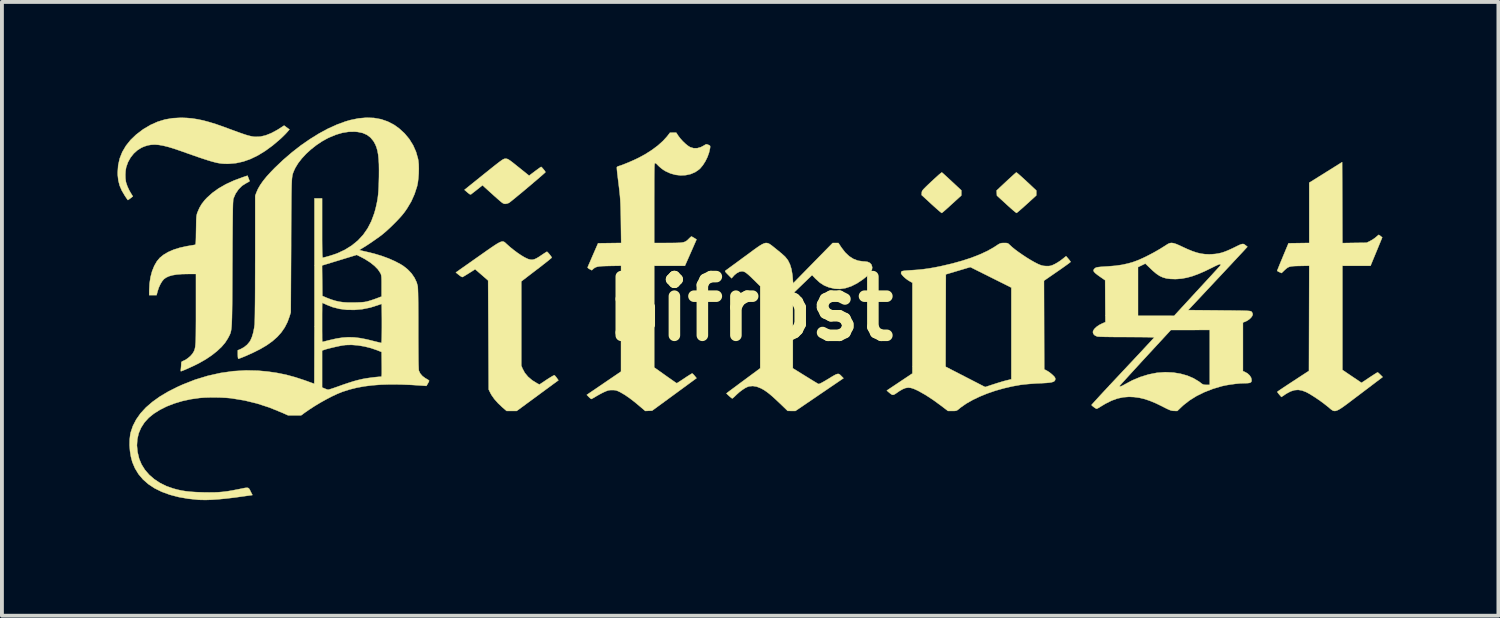
<source format=kicad_pcb>
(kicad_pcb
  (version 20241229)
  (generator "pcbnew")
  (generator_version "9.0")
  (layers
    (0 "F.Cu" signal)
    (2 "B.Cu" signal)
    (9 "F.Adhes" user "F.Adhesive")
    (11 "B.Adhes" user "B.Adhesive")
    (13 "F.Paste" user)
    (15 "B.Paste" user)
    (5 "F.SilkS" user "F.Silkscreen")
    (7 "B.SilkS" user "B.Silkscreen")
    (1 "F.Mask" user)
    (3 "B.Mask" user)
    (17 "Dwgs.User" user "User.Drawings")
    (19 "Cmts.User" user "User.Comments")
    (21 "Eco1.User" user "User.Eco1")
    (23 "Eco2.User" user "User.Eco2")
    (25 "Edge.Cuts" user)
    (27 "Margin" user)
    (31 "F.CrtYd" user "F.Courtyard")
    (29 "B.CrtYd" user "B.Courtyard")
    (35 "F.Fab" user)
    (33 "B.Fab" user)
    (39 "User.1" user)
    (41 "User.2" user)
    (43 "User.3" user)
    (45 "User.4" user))
  (footprint "bifrost"
    (layer "F.Cu")
    (at 16.416 4.965)
    (property "Reference" "bifrost" (at 0 0 0) (layer "F.SilkS") (effects (font (size 1.524 1.524) (thickness 0.3))))
    (attr through_hole)
    (fp_poly (pts (xy 6.929 -3.532) (xy 6.96 -3.507) (xy 7.005 -3.468) (xy 7.062 -3.417) (xy 7.128 -3.357) (xy 7.182 -3.307) (xy 7.436 -3.069) (xy 7.435 -2.942) (xy 7.187 -2.716) (xy 7.117 -2.653) (xy 7.053 -2.596) (xy 6.998 -2.548) (xy 6.956 -2.513) (xy 6.93 -2.492) (xy 6.923 -2.487) (xy 6.909 -2.495) (xy 6.877 -2.52) (xy 6.83 -2.559) (xy 6.772 -2.61) (xy 6.706 -2.669) (xy 6.66 -2.711) (xy 6.413 -2.937) (xy 6.405 -3.07) (xy 6.654 -3.303) (xy 6.724 -3.368) (xy 6.788 -3.426) (xy 6.841 -3.475) (xy 6.883 -3.512) (xy 6.909 -3.534) (xy 6.916 -3.539) (xy 6.929 -3.532)) (stroke (width 0.01) (type solid)) (fill yes) (layer "F.SilkS"))
    (fp_poly (pts (xy 4.996 -3.529) (xy 5.027 -3.502) (xy 5.072 -3.461) (xy 5.13 -3.408) (xy 5.195 -3.348) (xy 5.242 -3.304) (xy 5.489 -3.074) (xy 5.489 -2.941) (xy 5.242 -2.716) (xy 5.172 -2.652) (xy 5.109 -2.595) (xy 5.055 -2.547) (xy 5.014 -2.512) (xy 4.988 -2.491) (xy 4.982 -2.486) (xy 4.969 -2.494) (xy 4.937 -2.519) (xy 4.891 -2.558) (xy 4.834 -2.608) (xy 4.767 -2.668) (xy 4.713 -2.717) (xy 4.458 -2.952) (xy 4.462 -3.012) (xy 4.464 -3.031) (xy 4.469 -3.049) (xy 4.48 -3.069) (xy 4.498 -3.093) (xy 4.527 -3.124) (xy 4.568 -3.165) (xy 4.625 -3.22) (xy 4.699 -3.29) (xy 4.718 -3.307) (xy 4.788 -3.372) (xy 4.852 -3.43) (xy 4.906 -3.479) (xy 4.948 -3.514) (xy 4.974 -3.535) (xy 4.982 -3.539) (xy 4.996 -3.529)) (stroke (width 0.01) (type solid)) (fill yes) (layer "F.SilkS"))
    (fp_poly (pts (xy -6.321 -3.894) (xy -6.301 -3.89) (xy -6.279 -3.881) (xy -6.252 -3.865) (xy -6.215 -3.84) (xy -6.167 -3.804) (xy -6.104 -3.754) (xy -6.023 -3.689) (xy -6.005 -3.675) (xy -5.731 -3.455) (xy -5.58 -3.569) (xy -5.523 -3.611) (xy -5.475 -3.646) (xy -5.439 -3.671) (xy -5.42 -3.683) (xy -5.418 -3.683) (xy -5.404 -3.673) (xy -5.38 -3.647) (xy -5.352 -3.614) (xy -5.326 -3.581) (xy -5.31 -3.555) (xy -5.306 -3.547) (xy -5.317 -3.535) (xy -5.347 -3.508) (xy -5.393 -3.467) (xy -5.453 -3.415) (xy -5.524 -3.354) (xy -5.603 -3.287) (xy -5.687 -3.215) (xy -5.775 -3.141) (xy -5.863 -3.067) (xy -5.948 -2.996) (xy -6.029 -2.93) (xy -6.101 -2.87) (xy -6.163 -2.82) (xy -6.212 -2.781) (xy -6.244 -2.756) (xy -6.256 -2.748) (xy -6.302 -2.731) (xy -6.351 -2.723) (xy -6.353 -2.723) (xy -6.373 -2.725) (xy -6.392 -2.731) (xy -6.416 -2.743) (xy -6.447 -2.765) (xy -6.487 -2.799) (xy -6.542 -2.846) (xy -6.613 -2.91) (xy -6.629 -2.923) (xy -6.698 -2.986) (xy -6.763 -3.044) (xy -6.819 -3.095) (xy -6.864 -3.136) (xy -6.892 -3.161) (xy -6.895 -3.165) (xy -6.94 -3.206) (xy -7.079 -3.096) (xy -7.133 -3.053) (xy -7.181 -3.016) (xy -7.216 -2.989) (xy -7.234 -2.974) (xy -7.235 -2.974) (xy -7.249 -2.968) (xy -7.268 -2.972) (xy -7.295 -2.99) (xy -7.337 -3.024) (xy -7.35 -3.036) (xy -7.409 -3.087) (xy -6.907 -3.491) (xy -6.788 -3.586) (xy -6.69 -3.665) (xy -6.609 -3.729) (xy -6.544 -3.78) (xy -6.492 -3.819) (xy -6.452 -3.848) (xy -6.421 -3.869) (xy -6.397 -3.882) (xy -6.378 -3.89) (xy -6.362 -3.894) (xy -6.347 -3.895) (xy -6.341 -3.895) (xy -6.321 -3.894)) (stroke (width 0.01) (type solid)) (fill yes) (layer "F.SilkS"))
    (fp_poly (pts (xy -6.391 -1.741) (xy -6.37 -1.73) (xy -6.349 -1.713) (xy -6.326 -1.691) (xy -6.318 -1.684) (xy -6.228 -1.603) (xy -6.131 -1.525) (xy -6.033 -1.452) (xy -5.937 -1.387) (xy -5.85 -1.335) (xy -5.776 -1.299) (xy -5.751 -1.289) (xy -5.698 -1.275) (xy -5.648 -1.272) (xy -5.598 -1.283) (xy -5.541 -1.308) (xy -5.472 -1.349) (xy -5.423 -1.382) (xy -5.367 -1.42) (xy -5.319 -1.451) (xy -5.285 -1.472) (xy -5.268 -1.481) (xy -5.267 -1.481) (xy -5.253 -1.47) (xy -5.228 -1.444) (xy -5.198 -1.409) (xy -5.171 -1.373) (xy -5.15 -1.344) (xy -5.144 -1.329) (xy -5.154 -1.317) (xy -5.185 -1.291) (xy -5.233 -1.251) (xy -5.296 -1.201) (xy -5.372 -1.142) (xy -5.457 -1.075) (xy -5.539 -1.013) (xy -5.934 -0.71) (xy -5.934 1.475) (xy -5.901 1.556) (xy -5.843 1.664) (xy -5.759 1.765) (xy -5.652 1.856) (xy -5.529 1.933) (xy -5.463 1.967) (xy -5.277 1.843) (xy -5.213 1.802) (xy -5.156 1.767) (xy -5.111 1.741) (xy -5.083 1.727) (xy -5.075 1.726) (xy -5.058 1.74) (xy -5.032 1.77) (xy -5.015 1.794) (xy -4.97 1.856) (xy -6.054 2.653) (xy -6.184 2.653) (xy -6.315 2.653) (xy -6.425 2.558) (xy -6.539 2.45) (xy -6.634 2.343) (xy -6.707 2.239) (xy -6.735 2.188) (xy -6.78 2.096) (xy -6.787 0.681) (xy -6.795 -0.734) (xy -6.963 -0.88) (xy -7.132 -1.026) (xy -7.287 -0.927) (xy -7.347 -0.89) (xy -7.399 -0.858) (xy -7.438 -0.835) (xy -7.459 -0.823) (xy -7.46 -0.823) (xy -7.479 -0.828) (xy -7.512 -0.847) (xy -7.553 -0.877) (xy -7.555 -0.879) (xy -7.633 -0.942) (xy -7.065 -1.342) (xy -6.928 -1.438) (xy -6.812 -1.52) (xy -6.715 -1.587) (xy -6.635 -1.641) (xy -6.57 -1.683) (xy -6.517 -1.713) (xy -6.475 -1.733) (xy -6.441 -1.744) (xy -6.414 -1.746) (xy -6.391 -1.741)) (stroke (width 0.01) (type solid)) (fill yes) (layer "F.SilkS"))
    (fp_poly (pts (xy 15.378 -2.755) (xy 15.381 -1.705) (xy 15.696 -1.71) (xy 16.01 -1.714) (xy 16.102 -1.76) (xy 16.16 -1.792) (xy 16.217 -1.831) (xy 16.255 -1.862) (xy 16.29 -1.892) (xy 16.315 -1.913) (xy 16.325 -1.919) (xy 16.341 -1.91) (xy 16.368 -1.89) (xy 16.374 -1.885) (xy 16.415 -1.852) (xy 16.263 -1.483) (xy 16.111 -1.115) (xy 15.381 -1.115) (xy 15.381 0.236) (xy 15.381 1.587) (xy 15.629 1.755) (xy 15.877 1.922) (xy 16.081 1.786) (xy 16.148 1.742) (xy 16.207 1.704) (xy 16.254 1.674) (xy 16.285 1.656) (xy 16.295 1.651) (xy 16.31 1.66) (xy 16.338 1.685) (xy 16.366 1.712) (xy 16.426 1.772) (xy 15.844 2.213) (xy 15.707 2.316) (xy 15.591 2.404) (xy 15.493 2.478) (xy 15.412 2.537) (xy 15.345 2.583) (xy 15.289 2.617) (xy 15.244 2.639) (xy 15.206 2.651) (xy 15.173 2.653) (xy 15.143 2.647) (xy 15.115 2.632) (xy 15.085 2.611) (xy 15.052 2.583) (xy 15.014 2.55) (xy 15.007 2.545) (xy 14.921 2.477) (xy 14.825 2.405) (xy 14.723 2.334) (xy 14.624 2.269) (xy 14.532 2.212) (xy 14.453 2.169) (xy 14.437 2.161) (xy 14.332 2.121) (xy 14.233 2.105) (xy 14.136 2.113) (xy 14.036 2.145) (xy 13.929 2.202) (xy 13.902 2.22) (xy 13.798 2.29) (xy 13.743 2.228) (xy 13.715 2.193) (xy 13.696 2.167) (xy 13.692 2.156) (xy 13.704 2.146) (xy 13.737 2.123) (xy 13.788 2.088) (xy 13.855 2.043) (xy 13.935 1.99) (xy 14.025 1.931) (xy 14.104 1.879) (xy 14.513 1.612) (xy 14.52 -1.117) (xy 14.277 -1.112) (xy 14.178 -1.11) (xy 14.103 -1.106) (xy 14.045 -1.099) (xy 13.999 -1.087) (xy 13.961 -1.069) (xy 13.925 -1.043) (xy 13.886 -1.008) (xy 13.868 -0.991) (xy 13.802 -0.927) (xy 13.745 -0.952) (xy 13.71 -0.969) (xy 13.69 -0.983) (xy 13.688 -0.986) (xy 13.693 -1.001) (xy 13.708 -1.038) (xy 13.731 -1.095) (xy 13.76 -1.167) (xy 13.795 -1.251) (xy 13.834 -1.344) (xy 13.835 -1.348) (xy 13.982 -1.7) (xy 14.251 -1.704) (xy 14.52 -1.708) (xy 14.52 -3.272) (xy 14.947 -3.539) (xy 15.374 -3.806) (xy 15.378 -2.755)) (stroke (width 0.01) (type solid)) (fill yes) (layer "F.SilkS"))
    (fp_poly (pts (xy -14.76 -4.958) (xy -14.62 -4.953) (xy -14.481 -4.941) (xy -14.34 -4.919) (xy -14.191 -4.888) (xy -14.032 -4.845) (xy -13.857 -4.791) (xy -13.665 -4.724) (xy -13.563 -4.686) (xy -13.416 -4.632) (xy -13.293 -4.587) (xy -13.189 -4.55) (xy -13.104 -4.521) (xy -13.032 -4.499) (xy -12.972 -4.484) (xy -12.921 -4.473) (xy -12.876 -4.466) (xy -12.841 -4.463) (xy -12.711 -4.468) (xy -12.572 -4.5) (xy -12.425 -4.558) (xy -12.269 -4.642) (xy -12.222 -4.671) (xy -12.091 -4.756) (xy -11.952 -4.654) (xy -12.017 -4.579) (xy -12.058 -4.535) (xy -12.111 -4.482) (xy -12.167 -4.428) (xy -12.19 -4.407) (xy -12.39 -4.237) (xy -12.585 -4.095) (xy -12.775 -3.979) (xy -12.963 -3.888) (xy -13.149 -3.822) (xy -13.335 -3.781) (xy -13.522 -3.764) (xy -13.561 -3.763) (xy -13.616 -3.764) (xy -13.669 -3.766) (xy -13.722 -3.771) (xy -13.777 -3.779) (xy -13.838 -3.79) (xy -13.905 -3.807) (xy -13.983 -3.828) (xy -14.072 -3.855) (xy -14.177 -3.889) (xy -14.298 -3.929) (xy -14.438 -3.978) (xy -14.601 -4.035) (xy -14.781 -4.099) (xy -14.951 -4.157) (xy -15.1 -4.202) (xy -15.23 -4.234) (xy -15.345 -4.254) (xy -15.448 -4.262) (xy -15.542 -4.257) (xy -15.63 -4.242) (xy -15.717 -4.214) (xy -15.789 -4.184) (xy -15.896 -4.118) (xy -15.994 -4.03) (xy -16.078 -3.924) (xy -16.144 -3.805) (xy -16.189 -3.679) (xy -16.192 -3.667) (xy -16.206 -3.581) (xy -16.212 -3.483) (xy -16.21 -3.387) (xy -16.199 -3.303) (xy -16.194 -3.279) (xy -16.16 -3.179) (xy -16.112 -3.075) (xy -16.058 -2.982) (xy -16.058 -2.982) (xy -16.035 -2.946) (xy -16.021 -2.922) (xy -16.019 -2.915) (xy -16.032 -2.906) (xy -16.059 -2.884) (xy -16.082 -2.867) (xy -16.116 -2.842) (xy -16.139 -2.826) (xy -16.146 -2.822) (xy -16.156 -2.833) (xy -16.177 -2.863) (xy -16.206 -2.906) (xy -16.225 -2.934) (xy -16.304 -3.068) (xy -16.36 -3.198) (xy -16.394 -3.331) (xy -16.41 -3.475) (xy -16.411 -3.539) (xy -16.398 -3.725) (xy -16.358 -3.902) (xy -16.291 -4.071) (xy -16.197 -4.23) (xy -16.078 -4.38) (xy -15.932 -4.52) (xy -15.76 -4.651) (xy -15.741 -4.664) (xy -15.556 -4.773) (xy -15.372 -4.855) (xy -15.182 -4.913) (xy -14.983 -4.947) (xy -14.771 -4.958) (xy -14.76 -4.958)) (stroke (width 0.01) (type solid)) (fill yes) (layer "F.SilkS"))
    (fp_poly (pts (xy -13.015 -3.389) (xy -13 -3.349) (xy -12.988 -3.322) (xy -12.985 -3.315) (xy -12.995 -3.305) (xy -13.024 -3.287) (xy -13.067 -3.264) (xy -13.074 -3.261) (xy -13.183 -3.192) (xy -13.275 -3.1) (xy -13.351 -2.988) (xy -13.407 -2.857) (xy -13.41 -2.844) (xy -13.413 -2.82) (xy -13.415 -2.784) (xy -13.418 -2.736) (xy -13.42 -2.674) (xy -13.422 -2.596) (xy -13.423 -2.501) (xy -13.425 -2.389) (xy -13.426 -2.256) (xy -13.428 -2.103) (xy -13.429 -1.927) (xy -13.431 -1.728) (xy -13.432 -1.504) (xy -13.433 -1.253) (xy -13.434 -1.157) (xy -13.435 -0.902) (xy -13.436 -0.673) (xy -13.437 -0.469) (xy -13.438 -0.289) (xy -13.439 -0.13) (xy -13.441 0.008) (xy -13.443 0.129) (xy -13.445 0.232) (xy -13.448 0.32) (xy -13.451 0.394) (xy -13.455 0.457) (xy -13.46 0.509) (xy -13.466 0.553) (xy -13.473 0.589) (xy -13.481 0.62) (xy -13.49 0.647) (xy -13.501 0.672) (xy -13.513 0.697) (xy -13.526 0.722) (xy -13.541 0.75) (xy -13.55 0.768) (xy -13.62 0.877) (xy -13.714 0.988) (xy -13.832 1.099) (xy -13.97 1.208) (xy -14.126 1.313) (xy -14.298 1.411) (xy -14.335 1.43) (xy -14.392 1.458) (xy -14.458 1.49) (xy -14.529 1.522) (xy -14.599 1.554) (xy -14.663 1.582) (xy -14.717 1.604) (xy -14.755 1.618) (xy -14.771 1.623) (xy -14.773 1.61) (xy -14.772 1.578) (xy -14.769 1.549) (xy -14.764 1.494) (xy -14.761 1.441) (xy -14.76 1.423) (xy -14.757 1.387) (xy -14.742 1.368) (xy -14.712 1.355) (xy -14.65 1.326) (xy -14.584 1.28) (xy -14.521 1.226) (xy -14.473 1.171) (xy -14.466 1.161) (xy -14.45 1.135) (xy -14.435 1.11) (xy -14.423 1.084) (xy -14.413 1.055) (xy -14.404 1.022) (xy -14.397 0.981) (xy -14.392 0.93) (xy -14.387 0.868) (xy -14.384 0.792) (xy -14.382 0.7) (xy -14.381 0.589) (xy -14.38 0.458) (xy -14.379 0.305) (xy -14.379 0.127) (xy -14.379 0.011) (xy -14.379 -0.903) (xy -14.583 -0.903) (xy -14.743 -0.9) (xy -14.878 -0.889) (xy -14.991 -0.87) (xy -15.084 -0.843) (xy -15.159 -0.807) (xy -15.212 -0.768) (xy -15.258 -0.713) (xy -15.303 -0.638) (xy -15.344 -0.549) (xy -15.375 -0.454) (xy -15.377 -0.447) (xy -15.402 -0.353) (xy -15.593 -0.353) (xy -15.593 -0.472) (xy -15.584 -0.65) (xy -15.559 -0.818) (xy -15.518 -0.973) (xy -15.462 -1.112) (xy -15.393 -1.232) (xy -15.319 -1.321) (xy -15.222 -1.4) (xy -15.101 -1.472) (xy -14.958 -1.534) (xy -14.795 -1.585) (xy -14.617 -1.624) (xy -14.579 -1.63) (xy -14.517 -1.641) (xy -14.462 -1.65) (xy -14.424 -1.657) (xy -14.412 -1.659) (xy -14.403 -1.661) (xy -14.396 -1.667) (xy -14.39 -1.679) (xy -14.386 -1.7) (xy -14.383 -1.734) (xy -14.381 -1.783) (xy -14.379 -1.852) (xy -14.378 -1.943) (xy -14.376 -2.043) (xy -14.374 -2.156) (xy -14.373 -2.246) (xy -14.371 -2.315) (xy -14.368 -2.368) (xy -14.364 -2.408) (xy -14.358 -2.441) (xy -14.351 -2.469) (xy -14.342 -2.496) (xy -14.334 -2.515) (xy -14.285 -2.627) (xy -14.226 -2.725) (xy -14.151 -2.82) (xy -14.09 -2.885) (xy -13.949 -3.011) (xy -13.787 -3.127) (xy -13.603 -3.232) (xy -13.395 -3.328) (xy -13.161 -3.415) (xy -13.107 -3.433) (xy -13.041 -3.455) (xy -13.015 -3.389)) (stroke (width 0.01) (type solid)) (fill yes) (layer "F.SilkS"))
    (fp_poly (pts (xy 2.377 -1.588) (xy 2.473 -1.463) (xy 2.576 -1.365) (xy 2.687 -1.294) (xy 2.807 -1.248) (xy 2.936 -1.229) (xy 2.973 -1.228) (xy 3.053 -1.218) (xy 3.115 -1.19) (xy 3.156 -1.145) (xy 3.174 -1.084) (xy 3.175 -1.065) (xy 3.167 -1.012) (xy 3.14 -0.958) (xy 3.094 -0.9) (xy 3.026 -0.836) (xy 2.935 -0.763) (xy 2.781 -0.66) (xy 2.63 -0.584) (xy 2.484 -0.536) (xy 2.341 -0.514) (xy 2.204 -0.52) (xy 2.196 -0.522) (xy 2.053 -0.555) (xy 1.928 -0.606) (xy 1.815 -0.679) (xy 1.707 -0.778) (xy 1.7 -0.784) (xy 1.615 -0.874) (xy 1.365 -0.634) (xy 1.115 -0.393) (xy 1.115 0.576) (xy 1.115 1.545) (xy 1.435 1.743) (xy 1.521 1.796) (xy 1.6 1.845) (xy 1.669 1.887) (xy 1.724 1.92) (xy 1.761 1.942) (xy 1.778 1.952) (xy 1.794 1.952) (xy 1.824 1.941) (xy 1.871 1.917) (xy 1.935 1.881) (xy 2.021 1.83) (xy 2.038 1.82) (xy 2.122 1.768) (xy 2.187 1.73) (xy 2.235 1.705) (xy 2.272 1.693) (xy 2.3 1.691) (xy 2.324 1.701) (xy 2.349 1.721) (xy 2.378 1.75) (xy 2.385 1.757) (xy 2.43 1.803) (xy 2.192 1.965) (xy 2.118 2.015) (xy 2.026 2.078) (xy 1.922 2.149) (xy 1.811 2.224) (xy 1.699 2.301) (xy 1.59 2.375) (xy 1.568 2.39) (xy 1.181 2.653) (xy 0.981 2.651) (xy 0.79 2.467) (xy 0.681 2.364) (xy 0.588 2.279) (xy 0.507 2.21) (xy 0.435 2.155) (xy 0.369 2.11) (xy 0.305 2.074) (xy 0.288 2.065) (xy 0.179 2.022) (xy 0.078 2.005) (xy -0.016 2.013) (xy -0.05 2.023) (xy -0.115 2.053) (xy -0.19 2.101) (xy -0.27 2.161) (xy -0.347 2.23) (xy -0.366 2.249) (xy -0.405 2.287) (xy -0.436 2.314) (xy -0.456 2.328) (xy -0.458 2.328) (xy -0.473 2.319) (xy -0.501 2.297) (xy -0.535 2.268) (xy -0.569 2.237) (xy -0.595 2.211) (xy -0.607 2.197) (xy -0.607 2.196) (xy -0.596 2.187) (xy -0.565 2.163) (xy -0.516 2.126) (xy -0.451 2.078) (xy -0.374 2.021) (xy -0.286 1.955) (xy -0.19 1.884) (xy -0.169 1.869) (xy 0.268 1.545) (xy 0.268 -0.587) (xy 0.095 -0.757) (xy 0.018 -0.832) (xy -0.043 -0.888) (xy -0.093 -0.928) (xy -0.133 -0.954) (xy -0.168 -0.968) (xy -0.2 -0.973) (xy -0.207 -0.973) (xy -0.271 -0.961) (xy -0.338 -0.926) (xy -0.401 -0.875) (xy -0.418 -0.856) (xy -0.475 -0.792) (xy -0.565 -0.883) (xy -0.607 -0.926) (xy -0.632 -0.954) (xy -0.642 -0.971) (xy -0.64 -0.983) (xy -0.628 -0.994) (xy -0.61 -1.006) (xy -0.573 -1.033) (xy -0.518 -1.074) (xy -0.448 -1.125) (xy -0.365 -1.185) (xy -0.273 -1.253) (xy -0.173 -1.327) (xy -0.127 -1.36) (xy -0.002 -1.452) (xy 0.102 -1.529) (xy 0.189 -1.591) (xy 0.26 -1.639) (xy 0.319 -1.674) (xy 0.368 -1.696) (xy 0.41 -1.707) (xy 0.448 -1.706) (xy 0.485 -1.695) (xy 0.522 -1.674) (xy 0.564 -1.644) (xy 0.612 -1.606) (xy 0.668 -1.561) (xy 0.736 -1.506) (xy 0.802 -1.451) (xy 0.86 -1.401) (xy 0.904 -1.361) (xy 0.92 -1.345) (xy 0.987 -1.26) (xy 1.04 -1.154) (xy 1.079 -1.028) (xy 1.104 -0.879) (xy 1.112 -0.792) (xy 1.122 -0.659) (xy 1.635 -1.183) (xy 2.149 -1.707) (xy 2.298 -1.707) (xy 2.377 -1.588)) (stroke (width 0.01) (type solid)) (fill yes) (layer "F.SilkS"))
    (fp_poly (pts (xy 6.652 -1.707) (xy 6.686 -1.702) (xy 6.711 -1.689) (xy 6.736 -1.666) (xy 6.746 -1.657) (xy 6.804 -1.603) (xy 6.882 -1.539) (xy 6.974 -1.471) (xy 7.076 -1.4) (xy 7.182 -1.33) (xy 7.288 -1.265) (xy 7.386 -1.209) (xy 7.474 -1.164) (xy 7.498 -1.153) (xy 7.562 -1.128) (xy 7.617 -1.114) (xy 7.679 -1.109) (xy 7.706 -1.108) (xy 7.763 -1.109) (xy 7.807 -1.115) (xy 7.849 -1.129) (xy 7.901 -1.153) (xy 7.918 -1.161) (xy 7.983 -1.198) (xy 8.054 -1.244) (xy 8.115 -1.29) (xy 8.115 -1.29) (xy 8.208 -1.365) (xy 8.267 -1.297) (xy 8.297 -1.26) (xy 8.319 -1.231) (xy 8.326 -1.218) (xy 8.314 -1.207) (xy 8.283 -1.182) (xy 8.234 -1.146) (xy 8.17 -1.1) (xy 8.094 -1.046) (xy 8.009 -0.987) (xy 7.98 -0.967) (xy 7.634 -0.728) (xy 7.641 1.572) (xy 7.71 1.608) (xy 7.757 1.637) (xy 7.811 1.677) (xy 7.856 1.716) (xy 7.897 1.756) (xy 7.919 1.786) (xy 7.928 1.81) (xy 7.928 1.829) (xy 7.921 1.856) (xy 7.906 1.877) (xy 7.879 1.894) (xy 7.838 1.907) (xy 7.779 1.917) (xy 7.7 1.925) (xy 7.597 1.931) (xy 7.524 1.934) (xy 7.419 1.939) (xy 7.308 1.947) (xy 7.199 1.956) (xy 7.103 1.966) (xy 7.034 1.974) (xy 6.81 2.014) (xy 6.587 2.066) (xy 6.369 2.128) (xy 6.16 2.2) (xy 5.962 2.281) (xy 5.781 2.368) (xy 5.619 2.46) (xy 5.481 2.556) (xy 5.438 2.591) (xy 5.4 2.622) (xy 5.372 2.64) (xy 5.342 2.649) (xy 5.302 2.653) (xy 5.254 2.653) (xy 5.143 2.653) (xy 4.955 2.51) (xy 4.754 2.364) (xy 4.566 2.241) (xy 4.392 2.142) (xy 4.349 2.12) (xy 4.258 2.079) (xy 4.179 2.054) (xy 4.108 2.047) (xy 4.038 2.058) (xy 3.964 2.088) (xy 3.88 2.137) (xy 3.817 2.181) (xy 3.765 2.216) (xy 3.728 2.233) (xy 3.696 2.233) (xy 3.662 2.214) (xy 3.616 2.177) (xy 3.615 2.176) (xy 3.554 2.123) (xy 4.219 1.679) (xy 4.219 1.504) (xy 5.08 1.504) (xy 5.591 1.767) (xy 5.702 1.824) (xy 5.805 1.877) (xy 5.897 1.924) (xy 5.976 1.965) (xy 6.038 1.997) (xy 6.082 2.019) (xy 6.105 2.03) (xy 6.108 2.031) (xy 6.122 2.027) (xy 6.158 2.016) (xy 6.212 1.998) (xy 6.278 1.976) (xy 6.319 1.963) (xy 6.405 1.935) (xy 6.493 1.908) (xy 6.576 1.883) (xy 6.644 1.865) (xy 6.657 1.862) (xy 6.787 1.83) (xy 6.787 -0.55) (xy 6.255 -0.816) (xy 5.722 -1.082) (xy 5.087 -0.893) (xy 5.083 0.306) (xy 5.08 1.504) (xy 4.219 1.504) (xy 4.219 -0.675) (xy 4.141 -0.719) (xy 4.086 -0.754) (xy 4.032 -0.796) (xy 3.984 -0.84) (xy 3.947 -0.882) (xy 3.926 -0.915) (xy 3.923 -0.927) (xy 3.932 -0.959) (xy 3.942 -0.972) (xy 3.963 -0.979) (xy 4.008 -0.986) (xy 4.072 -0.992) (xy 4.151 -0.998) (xy 4.2 -1.001) (xy 4.35 -1.011) (xy 4.488 -1.025) (xy 4.624 -1.043) (xy 4.767 -1.067) (xy 4.925 -1.098) (xy 4.976 -1.109) (xy 5.254 -1.174) (xy 5.513 -1.246) (xy 5.752 -1.324) (xy 5.969 -1.409) (xy 6.162 -1.498) (xy 6.329 -1.592) (xy 6.375 -1.622) (xy 6.432 -1.66) (xy 6.473 -1.684) (xy 6.505 -1.698) (xy 6.536 -1.705) (xy 6.572 -1.707) (xy 6.6 -1.707) (xy 6.652 -1.707)) (stroke (width 0.01) (type solid)) (fill yes) (layer "F.SilkS"))
    (fp_poly (pts (xy -1.912 -4.571) (xy -1.856 -4.486) (xy -1.805 -4.419) (xy -1.743 -4.35) (xy -1.676 -4.286) (xy -1.61 -4.232) (xy -1.553 -4.196) (xy -1.548 -4.194) (xy -1.459 -4.167) (xy -1.366 -4.168) (xy -1.27 -4.196) (xy -1.188 -4.24) (xy -1.153 -4.262) (xy -1.128 -4.27) (xy -1.102 -4.264) (xy -1.079 -4.255) (xy -1.048 -4.241) (xy -1.033 -4.226) (xy -1.031 -4.2) (xy -1.035 -4.166) (xy -1.06 -4.055) (xy -1.101 -3.94) (xy -1.156 -3.828) (xy -1.221 -3.726) (xy -1.291 -3.642) (xy -1.317 -3.618) (xy -1.419 -3.547) (xy -1.536 -3.497) (xy -1.663 -3.469) (xy -1.796 -3.462) (xy -1.931 -3.477) (xy -2.064 -3.514) (xy -2.191 -3.572) (xy -2.248 -3.607) (xy -2.3 -3.646) (xy -2.35 -3.688) (xy -2.387 -3.724) (xy -2.39 -3.727) (xy -2.421 -3.759) (xy -2.449 -3.778) (xy -2.46 -3.782) (xy -2.465 -3.78) (xy -2.468 -3.774) (xy -2.472 -3.761) (xy -2.475 -3.741) (xy -2.477 -3.71) (xy -2.479 -3.667) (xy -2.48 -3.61) (xy -2.481 -3.537) (xy -2.482 -3.447) (xy -2.483 -3.337) (xy -2.483 -3.206) (xy -2.483 -3.051) (xy -2.484 -2.871) (xy -2.484 -2.745) (xy -2.484 -1.707) (xy -2.12 -1.708) (xy -1.998 -1.708) (xy -1.9 -1.71) (xy -1.823 -1.713) (xy -1.763 -1.719) (xy -1.717 -1.728) (xy -1.679 -1.742) (xy -1.648 -1.76) (xy -1.618 -1.784) (xy -1.587 -1.815) (xy -1.583 -1.819) (xy -1.551 -1.85) (xy -1.527 -1.871) (xy -1.519 -1.877) (xy -1.503 -1.87) (xy -1.471 -1.852) (xy -1.447 -1.838) (xy -1.385 -1.799) (xy -1.535 -1.457) (xy -1.686 -1.115) (xy -2.085 -1.115) (xy -2.484 -1.115) (xy -2.484 1.523) (xy -2.195 1.728) (xy -2.116 1.784) (xy -2.044 1.834) (xy -1.983 1.877) (xy -1.937 1.909) (xy -1.907 1.928) (xy -1.898 1.933) (xy -1.884 1.926) (xy -1.851 1.905) (xy -1.803 1.874) (xy -1.744 1.835) (xy -1.7 1.806) (xy -1.636 1.763) (xy -1.579 1.727) (xy -1.534 1.699) (xy -1.506 1.682) (xy -1.498 1.679) (xy -1.483 1.689) (xy -1.457 1.715) (xy -1.435 1.74) (xy -1.385 1.801) (xy -1.962 2.224) (xy -2.539 2.646) (xy -2.628 2.649) (xy -2.716 2.653) (xy -2.865 2.526) (xy -3 2.414) (xy -3.128 2.316) (xy -3.246 2.235) (xy -3.35 2.174) (xy -3.372 2.162) (xy -3.43 2.135) (xy -3.474 2.119) (xy -3.518 2.112) (xy -3.571 2.11) (xy -3.577 2.11) (xy -3.632 2.112) (xy -3.679 2.12) (xy -3.727 2.137) (xy -3.789 2.164) (xy -3.858 2.198) (xy -3.933 2.239) (xy -3.999 2.277) (xy -4.002 2.28) (xy -4.05 2.308) (xy -4.089 2.33) (xy -4.113 2.342) (xy -4.116 2.342) (xy -4.132 2.333) (xy -4.16 2.309) (xy -4.181 2.289) (xy -4.234 2.235) (xy -3.789 1.932) (xy -3.345 1.63) (xy -3.345 0.256) (xy -3.344 -1.117) (xy -3.637 -1.112) (xy -3.75 -1.109) (xy -3.838 -1.106) (xy -3.906 -1.1) (xy -3.959 -1.091) (xy -3.999 -1.078) (xy -4.032 -1.061) (xy -4.061 -1.039) (xy -4.073 -1.028) (xy -4.103 -1) (xy -4.161 -1.029) (xy -4.196 -1.051) (xy -4.212 -1.071) (xy -4.211 -1.076) (xy -4.204 -1.094) (xy -4.187 -1.134) (xy -4.162 -1.191) (xy -4.131 -1.263) (xy -4.095 -1.346) (xy -4.073 -1.397) (xy -3.941 -1.7) (xy -3.341 -1.708) (xy -3.348 -2.255) (xy -3.35 -2.404) (xy -3.353 -2.531) (xy -3.356 -2.641) (xy -3.36 -2.739) (xy -3.365 -2.832) (xy -3.372 -2.924) (xy -3.382 -3.022) (xy -3.394 -3.13) (xy -3.409 -3.254) (xy -3.427 -3.399) (xy -3.43 -3.426) (xy -3.44 -3.505) (xy -3.447 -3.574) (xy -3.452 -3.629) (xy -3.453 -3.664) (xy -3.453 -3.675) (xy -3.435 -3.692) (xy -3.405 -3.703) (xy -3.356 -3.718) (xy -3.288 -3.743) (xy -3.206 -3.776) (xy -3.117 -3.813) (xy -3.026 -3.853) (xy -2.94 -3.893) (xy -2.884 -3.92) (xy -2.705 -4.018) (xy -2.538 -4.125) (xy -2.387 -4.238) (xy -2.257 -4.355) (xy -2.15 -4.472) (xy -2.136 -4.49) (xy -2.073 -4.572) (xy -1.912 -4.571)) (stroke (width 0.01) (type solid)) (fill yes) (layer "F.SilkS"))
    (fp_poly (pts (xy 11.002 -1.701) (xy 11.065 -1.681) (xy 11.145 -1.647) (xy 11.208 -1.617) (xy 11.355 -1.549) (xy 11.484 -1.496) (xy 11.6 -1.457) (xy 11.708 -1.431) (xy 11.814 -1.417) (xy 11.921 -1.413) (xy 11.99 -1.415) (xy 12.086 -1.423) (xy 12.174 -1.437) (xy 12.26 -1.458) (xy 12.35 -1.49) (xy 12.452 -1.533) (xy 12.571 -1.589) (xy 12.571 -1.589) (xy 12.652 -1.629) (xy 12.713 -1.658) (xy 12.757 -1.675) (xy 12.79 -1.682) (xy 12.816 -1.68) (xy 12.839 -1.669) (xy 12.865 -1.649) (xy 12.882 -1.636) (xy 12.915 -1.609) (xy 12.795 -1.478) (xy 12.764 -1.445) (xy 12.716 -1.394) (xy 12.653 -1.326) (xy 12.576 -1.244) (xy 12.489 -1.15) (xy 12.391 -1.046) (xy 12.287 -0.934) (xy 12.177 -0.817) (xy 12.063 -0.696) (xy 12.026 -0.656) (xy 11.378 0.035) (xy 12.186 0.042) (xy 12.357 0.044) (xy 12.503 0.045) (xy 12.625 0.047) (xy 12.725 0.048) (xy 12.806 0.05) (xy 12.87 0.052) (xy 12.919 0.054) (xy 12.956 0.057) (xy 12.982 0.06) (xy 13 0.064) (xy 13.012 0.068) (xy 13.02 0.074) (xy 13.023 0.076) (xy 13.047 0.114) (xy 13.053 0.146) (xy 13.041 0.185) (xy 13.009 0.23) (xy 12.962 0.274) (xy 12.907 0.311) (xy 12.864 0.332) (xy 12.799 0.357) (xy 12.799 1.619) (xy 12.84 1.636) (xy 12.917 1.678) (xy 12.975 1.732) (xy 13.012 1.792) (xy 13.024 1.852) (xy 13.021 1.885) (xy 13.006 1.908) (xy 12.977 1.923) (xy 12.93 1.93) (xy 12.859 1.933) (xy 12.834 1.933) (xy 12.728 1.937) (xy 12.606 1.949) (xy 12.477 1.966) (xy 12.352 1.987) (xy 12.248 2.01) (xy 12.017 2.079) (xy 11.799 2.164) (xy 11.598 2.263) (xy 11.416 2.376) (xy 11.257 2.5) (xy 11.21 2.543) (xy 11.095 2.653) (xy 11.012 2.651) (xy 10.98 2.649) (xy 10.949 2.644) (xy 10.914 2.634) (xy 10.872 2.617) (xy 10.816 2.591) (xy 10.743 2.554) (xy 10.703 2.533) (xy 10.536 2.452) (xy 10.384 2.389) (xy 10.243 2.342) (xy 10.108 2.31) (xy 9.974 2.292) (xy 9.841 2.286) (xy 9.692 2.297) (xy 9.543 2.329) (xy 9.39 2.384) (xy 9.232 2.463) (xy 9.119 2.531) (xy 9.071 2.561) (xy 9.032 2.583) (xy 9.007 2.595) (xy 9.003 2.596) (xy 8.983 2.589) (xy 8.951 2.569) (xy 8.917 2.544) (xy 8.887 2.519) (xy 8.87 2.501) (xy 8.869 2.498) (xy 8.878 2.486) (xy 8.906 2.455) (xy 8.95 2.406) (xy 9.009 2.342) (xy 9.081 2.263) (xy 9.166 2.171) (xy 9.262 2.068) (xy 9.323 2.003) (xy 9.598 2.003) (xy 9.602 2.017) (xy 9.626 2.015) (xy 9.666 1.999) (xy 9.72 1.97) (xy 9.723 1.968) (xy 9.926 1.859) (xy 10.136 1.771) (xy 10.35 1.705) (xy 10.563 1.663) (xy 10.772 1.647) (xy 10.795 1.647) (xy 10.991 1.656) (xy 11.179 1.687) (xy 11.355 1.736) (xy 11.515 1.804) (xy 11.657 1.889) (xy 11.695 1.918) (xy 11.737 1.95) (xy 11.771 1.967) (xy 11.807 1.974) (xy 11.853 1.976) (xy 11.938 1.976) (xy 11.938 0.55) (xy 11.434 0.551) (xy 10.929 0.551) (xy 10.266 1.269) (xy 10.155 1.389) (xy 10.05 1.504) (xy 9.952 1.611) (xy 9.863 1.708) (xy 9.784 1.795) (xy 9.717 1.869) (xy 9.663 1.928) (xy 9.625 1.971) (xy 9.603 1.996) (xy 9.598 2.003) (xy 9.323 2.003) (xy 9.367 1.955) (xy 9.481 1.834) (xy 9.601 1.706) (xy 9.68 1.621) (xy 9.804 1.489) (xy 9.922 1.364) (xy 10.033 1.245) (xy 10.135 1.136) (xy 10.227 1.037) (xy 10.309 0.949) (xy 10.377 0.876) (xy 10.431 0.817) (xy 10.47 0.775) (xy 10.492 0.751) (xy 10.496 0.745) (xy 10.484 0.743) (xy 10.445 0.741) (xy 10.384 0.739) (xy 10.302 0.737) (xy 10.203 0.736) (xy 10.088 0.735) (xy 9.962 0.734) (xy 9.825 0.734) (xy 9.784 0.734) (xy 9.623 0.733) (xy 9.477 0.733) (xy 9.347 0.731) (xy 9.235 0.73) (xy 9.144 0.727) (xy 9.075 0.725) (xy 9.031 0.722) (xy 9.016 0.72) (xy 8.956 0.693) (xy 8.918 0.654) (xy 8.904 0.605) (xy 8.904 0.604) (xy 8.917 0.561) (xy 8.951 0.514) (xy 9.003 0.466) (xy 9.069 0.421) (xy 9.134 0.388) (xy 9.229 0.346) (xy 9.225 -0.197) (xy 9.222 -0.74) (xy 9.095 -0.828) (xy 9.019 -0.882) (xy 8.966 -0.925) (xy 8.934 -0.959) (xy 8.92 -0.987) (xy 8.924 -1.012) (xy 8.942 -1.037) (xy 8.948 -1.042) (xy 8.964 -1.056) (xy 8.983 -1.067) (xy 9.009 -1.075) (xy 9.044 -1.081) (xy 10.075 -1.081) (xy 10.075 0.183) (xy 10.545 0.183) (xy 11.014 0.182) (xy 11.606 -0.461) (xy 11.711 -0.575) (xy 11.811 -0.683) (xy 11.903 -0.783) (xy 11.987 -0.874) (xy 12.06 -0.954) (xy 12.121 -1.02) (xy 12.167 -1.072) (xy 12.199 -1.106) (xy 12.212 -1.122) (xy 12.213 -1.123) (xy 12.218 -1.148) (xy 12.212 -1.156) (xy 12.194 -1.156) (xy 12.153 -1.142) (xy 12.089 -1.113) (xy 12.002 -1.07) (xy 11.992 -1.065) (xy 11.808 -0.975) (xy 11.641 -0.903) (xy 11.488 -0.847) (xy 11.346 -0.808) (xy 11.212 -0.783) (xy 11.081 -0.772) (xy 11.035 -0.771) (xy 10.915 -0.775) (xy 10.812 -0.788) (xy 10.721 -0.814) (xy 10.636 -0.853) (xy 10.551 -0.91) (xy 10.46 -0.987) (xy 10.402 -1.042) (xy 10.266 -1.173) (xy 10.171 -1.127) (xy 10.075 -1.081) (xy 9.044 -1.081) (xy 9.046 -1.081) (xy 9.098 -1.087) (xy 9.169 -1.092) (xy 9.263 -1.098) (xy 9.294 -1.1) (xy 9.488 -1.116) (xy 9.663 -1.141) (xy 9.825 -1.177) (xy 9.96 -1.217) (xy 10.074 -1.259) (xy 10.203 -1.316) (xy 10.344 -1.385) (xy 10.488 -1.461) (xy 10.631 -1.543) (xy 10.766 -1.627) (xy 10.814 -1.658) (xy 10.861 -1.687) (xy 10.905 -1.704) (xy 10.95 -1.709) (xy 11.002 -1.701)) (stroke (width 0.01) (type solid)) (fill yes) (layer "F.SilkS"))
    (fp_poly (pts (xy -9.759 -4.953) (xy -9.575 -4.92) (xy -9.401 -4.86) (xy -9.237 -4.775) (xy -9.109 -4.684) (xy -8.966 -4.554) (xy -8.843 -4.407) (xy -8.743 -4.246) (xy -8.667 -4.075) (xy -8.616 -3.896) (xy -8.607 -3.847) (xy -8.597 -3.75) (xy -8.594 -3.636) (xy -8.597 -3.513) (xy -8.606 -3.39) (xy -8.62 -3.275) (xy -8.639 -3.18) (xy -8.641 -3.175) (xy -8.706 -2.975) (xy -8.791 -2.785) (xy -8.901 -2.6) (xy -8.973 -2.498) (xy -9.025 -2.433) (xy -9.094 -2.355) (xy -9.174 -2.27) (xy -9.262 -2.182) (xy -9.352 -2.095) (xy -9.439 -2.015) (xy -9.518 -1.948) (xy -9.553 -1.919) (xy -9.621 -1.868) (xy -9.702 -1.811) (xy -9.789 -1.75) (xy -9.877 -1.69) (xy -9.959 -1.636) (xy -10.03 -1.592) (xy -10.074 -1.565) (xy -10.108 -1.545) (xy -10.129 -1.529) (xy -10.132 -1.525) (xy -10.119 -1.519) (xy -10.083 -1.509) (xy -10.03 -1.496) (xy -9.964 -1.481) (xy -9.945 -1.477) (xy -9.748 -1.429) (xy -9.557 -1.371) (xy -9.377 -1.305) (xy -9.212 -1.232) (xy -9.067 -1.155) (xy -8.998 -1.112) (xy -8.883 -1.021) (xy -8.784 -0.917) (xy -8.706 -0.803) (xy -8.65 -0.685) (xy -8.623 -0.587) (xy -8.62 -0.553) (xy -8.617 -0.492) (xy -8.614 -0.404) (xy -8.612 -0.289) (xy -8.61 -0.148) (xy -8.609 0.018) (xy -8.608 0.209) (xy -8.608 0.425) (xy -8.608 0.527) (xy -8.608 0.743) (xy -8.607 0.933) (xy -8.606 1.097) (xy -8.605 1.236) (xy -8.604 1.351) (xy -8.602 1.444) (xy -8.599 1.516) (xy -8.597 1.567) (xy -8.594 1.6) (xy -8.591 1.611) (xy -8.557 1.681) (xy -8.5 1.747) (xy -8.425 1.803) (xy -8.404 1.815) (xy -8.363 1.838) (xy -8.335 1.858) (xy -8.326 1.868) (xy -8.332 1.887) (xy -8.349 1.921) (xy -8.361 1.942) (xy -8.397 2.003) (xy -8.485 1.996) (xy -8.792 1.976) (xy -9.075 1.965) (xy -9.335 1.963) (xy -9.576 1.97) (xy -9.8 1.987) (xy -10.008 2.013) (xy -10.204 2.049) (xy -10.389 2.095) (xy -10.567 2.152) (xy -10.59 2.16) (xy -10.71 2.209) (xy -10.845 2.272) (xy -10.991 2.348) (xy -11.142 2.432) (xy -11.292 2.522) (xy -11.436 2.615) (xy -11.55 2.694) (xy -11.648 2.766) (xy -11.989 2.766) (xy -12.144 2.697) (xy -12.47 2.564) (xy -12.794 2.459) (xy -13.118 2.38) (xy -13.446 2.326) (xy -13.483 2.321) (xy -13.602 2.311) (xy -13.739 2.304) (xy -13.885 2.301) (xy -14.031 2.302) (xy -14.168 2.306) (xy -14.282 2.315) (xy -14.51 2.347) (xy -14.731 2.395) (xy -14.941 2.458) (xy -15.137 2.534) (xy -15.316 2.624) (xy -15.475 2.724) (xy -15.603 2.828) (xy -15.715 2.95) (xy -15.802 3.085) (xy -15.865 3.23) (xy -15.901 3.385) (xy -15.912 3.548) (xy -15.896 3.717) (xy -15.854 3.891) (xy -15.854 3.892) (xy -15.792 4.041) (xy -15.705 4.18) (xy -15.595 4.308) (xy -15.464 4.422) (xy -15.314 4.521) (xy -15.147 4.604) (xy -14.973 4.665) (xy -14.859 4.696) (xy -14.748 4.72) (xy -14.634 4.738) (xy -14.51 4.751) (xy -14.371 4.76) (xy -14.211 4.765) (xy -14.193 4.766) (xy -14.04 4.768) (xy -13.908 4.767) (xy -13.789 4.762) (xy -13.675 4.752) (xy -13.561 4.738) (xy -13.438 4.717) (xy -13.299 4.69) (xy -13.282 4.687) (xy -13.19 4.668) (xy -13.122 4.654) (xy -13.073 4.647) (xy -13.039 4.647) (xy -13.015 4.656) (xy -12.997 4.674) (xy -12.98 4.703) (xy -12.96 4.743) (xy -12.95 4.764) (xy -12.913 4.836) (xy -13.135 4.867) (xy -13.381 4.901) (xy -13.601 4.927) (xy -13.798 4.946) (xy -13.971 4.958) (xy -14.123 4.963) (xy -14.255 4.961) (xy -14.309 4.959) (xy -14.58 4.931) (xy -14.83 4.887) (xy -15.059 4.827) (xy -15.267 4.751) (xy -15.452 4.66) (xy -15.614 4.553) (xy -15.754 4.43) (xy -15.87 4.293) (xy -15.963 4.14) (xy -16.031 3.979) (xy -16.067 3.842) (xy -16.091 3.694) (xy -16.103 3.542) (xy -16.1 3.395) (xy -16.084 3.261) (xy -16.073 3.21) (xy -16.015 3.039) (xy -15.93 2.874) (xy -15.818 2.715) (xy -15.678 2.563) (xy -15.51 2.418) (xy -15.316 2.279) (xy -15.094 2.147) (xy -14.844 2.022) (xy -14.726 1.969) (xy -14.401 1.841) (xy -14.072 1.741) (xy -13.742 1.667) (xy -13.411 1.62) (xy -13.081 1.6) (xy -12.772 1.607) (xy -12.518 1.63) (xy -12.277 1.665) (xy -12.04 1.713) (xy -11.801 1.778) (xy -11.551 1.86) (xy -11.46 1.893) (xy -11.4 1.915) (xy -11.352 1.932) (xy -11.319 1.944) (xy -11.308 1.947) (xy -11.308 1.933) (xy -11.307 1.893) (xy -11.306 1.827) (xy -11.306 1.737) (xy -11.306 1.625) (xy -11.305 1.491) (xy -11.305 1.339) (xy -11.304 1.168) (xy -11.304 1.086) (xy -11.105 1.086) (xy -11.105 2.043) (xy -11.038 2.071) (xy -10.995 2.088) (xy -10.96 2.099) (xy -10.948 2.101) (xy -10.928 2.097) (xy -10.886 2.085) (xy -10.827 2.066) (xy -10.758 2.042) (xy -10.709 2.025) (xy -10.55 1.968) (xy -10.412 1.922) (xy -10.293 1.884) (xy -10.187 1.855) (xy -10.091 1.832) (xy -10.045 1.822) (xy -9.975 1.809) (xy -9.893 1.797) (xy -9.806 1.785) (xy -9.722 1.775) (xy -9.648 1.768) (xy -9.592 1.764) (xy -9.58 1.764) (xy -9.571 1.763) (xy -9.565 1.757) (xy -9.56 1.743) (xy -9.557 1.718) (xy -9.555 1.677) (xy -9.555 1.619) (xy -9.555 1.539) (xy -9.556 1.443) (xy -9.56 1.122) (xy -9.678 1.075) (xy -9.838 1.02) (xy -10.006 0.978) (xy -10.176 0.95) (xy -10.34 0.937) (xy -10.491 0.941) (xy -10.526 0.945) (xy -10.587 0.954) (xy -10.665 0.969) (xy -10.753 0.988) (xy -10.843 1.009) (xy -10.929 1.03) (xy -11.003 1.05) (xy -11.058 1.068) (xy -11.067 1.071) (xy -11.105 1.086) (xy -11.304 1.086) (xy -11.304 0.98) (xy -11.304 0.777) (xy -11.303 0.561) (xy -11.303 0.353) (xy -11.105 0.353) (xy -11.105 0.469) (xy -11.105 0.577) (xy -11.104 0.671) (xy -11.104 0.75) (xy -11.103 0.81) (xy -11.102 0.848) (xy -11.101 0.861) (xy -11.086 0.858) (xy -11.049 0.849) (xy -10.995 0.835) (xy -10.928 0.818) (xy -10.901 0.812) (xy -10.73 0.773) (xy -10.574 0.749) (xy -10.425 0.739) (xy -10.277 0.743) (xy -10.122 0.761) (xy -9.955 0.793) (xy -9.828 0.824) (xy -9.749 0.844) (xy -9.679 0.861) (xy -9.623 0.875) (xy -9.585 0.884) (xy -9.571 0.887) (xy -9.566 0.882) (xy -9.562 0.864) (xy -9.559 0.83) (xy -9.557 0.779) (xy -9.555 0.708) (xy -9.554 0.615) (xy -9.553 0.498) (xy -9.553 0.381) (xy -9.553 0.264) (xy -9.554 0.157) (xy -9.555 0.063) (xy -9.556 -0.016) (xy -9.557 -0.076) (xy -9.558 -0.114) (xy -9.56 -0.127) (xy -9.576 -0.122) (xy -9.61 -0.11) (xy -9.655 -0.094) (xy -9.854 -0.031) (xy -10.057 0.01) (xy -10.26 0.029) (xy -10.46 0.027) (xy -10.651 0.003) (xy -10.832 -0.043) (xy -10.975 -0.099) (xy -11.028 -0.123) (xy -11.07 -0.142) (xy -11.095 -0.153) (xy -11.1 -0.155) (xy -11.102 -0.142) (xy -11.103 -0.103) (xy -11.104 -0.042) (xy -11.104 0.037) (xy -11.105 0.132) (xy -11.105 0.239) (xy -11.105 0.353) (xy -11.303 0.353) (xy -11.303 0.332) (xy -11.303 0.092) (xy -11.303 -0.157) (xy -11.303 -0.414) (xy -11.303 -0.459) (xy -11.303 -1.124) (xy -11.106 -1.124) (xy -11.102 -0.728) (xy -11.098 -0.333) (xy -10.986 -0.285) (xy -10.872 -0.241) (xy -10.767 -0.208) (xy -10.664 -0.184) (xy -10.556 -0.169) (xy -10.436 -0.162) (xy -10.296 -0.161) (xy -10.259 -0.162) (xy -10.155 -0.165) (xy -10.074 -0.169) (xy -10.009 -0.175) (xy -9.956 -0.184) (xy -9.913 -0.195) (xy -9.853 -0.213) (xy -9.779 -0.237) (xy -9.706 -0.263) (xy -9.687 -0.27) (xy -9.56 -0.318) (xy -9.56 -0.593) (xy -9.56 -0.688) (xy -9.561 -0.76) (xy -9.563 -0.813) (xy -9.567 -0.851) (xy -9.572 -0.879) (xy -9.58 -0.902) (xy -9.591 -0.925) (xy -9.594 -0.931) (xy -9.656 -1.023) (xy -9.745 -1.114) (xy -9.857 -1.203) (xy -9.99 -1.288) (xy -10.087 -1.34) (xy -10.205 -1.399) (xy -10.656 -1.261) (xy -11.106 -1.124) (xy -11.303 -1.124) (xy -11.303 -2.865) (xy -11.105 -2.865) (xy -11.105 -2.095) (xy -11.105 -1.925) (xy -11.105 -1.781) (xy -11.104 -1.661) (xy -11.103 -1.563) (xy -11.102 -1.486) (xy -11.1 -1.426) (xy -11.098 -1.382) (xy -11.095 -1.353) (xy -11.092 -1.335) (xy -11.088 -1.327) (xy -11.086 -1.326) (xy -11.062 -1.331) (xy -11.017 -1.342) (xy -10.959 -1.358) (xy -10.893 -1.377) (xy -10.827 -1.398) (xy -10.768 -1.418) (xy -10.72 -1.435) (xy -10.714 -1.437) (xy -10.512 -1.531) (xy -10.333 -1.643) (xy -10.175 -1.772) (xy -10.038 -1.92) (xy -9.922 -2.087) (xy -9.826 -2.273) (xy -9.75 -2.479) (xy -9.717 -2.596) (xy -9.694 -2.695) (xy -9.675 -2.786) (xy -9.66 -2.874) (xy -9.649 -2.966) (xy -9.641 -3.065) (xy -9.635 -3.178) (xy -9.631 -3.309) (xy -9.628 -3.422) (xy -9.627 -3.601) (xy -9.629 -3.756) (xy -9.637 -3.888) (xy -9.649 -4.002) (xy -9.667 -4.1) (xy -9.691 -4.186) (xy -9.721 -4.262) (xy -9.759 -4.331) (xy -9.774 -4.356) (xy -9.849 -4.446) (xy -9.941 -4.515) (xy -10.05 -4.563) (xy -10.178 -4.59) (xy -10.253 -4.597) (xy -10.415 -4.594) (xy -10.578 -4.568) (xy -10.745 -4.519) (xy -10.921 -4.446) (xy -10.965 -4.425) (xy -11.112 -4.343) (xy -11.256 -4.246) (xy -11.393 -4.138) (xy -11.52 -4.022) (xy -11.632 -3.901) (xy -11.726 -3.78) (xy -11.799 -3.661) (xy -11.824 -3.608) (xy -11.835 -3.583) (xy -11.845 -3.559) (xy -11.854 -3.538) (xy -11.862 -3.515) (xy -11.869 -3.491) (xy -11.876 -3.463) (xy -11.881 -3.43) (xy -11.886 -3.39) (xy -11.89 -3.342) (xy -11.893 -3.284) (xy -11.896 -3.214) (xy -11.898 -3.131) (xy -11.9 -3.034) (xy -11.902 -2.921) (xy -11.903 -2.79) (xy -11.904 -2.639) (xy -11.906 -2.468) (xy -11.907 -2.274) (xy -11.908 -2.056) (xy -11.909 -1.813) (xy -11.909 -1.644) (xy -11.918 0.092) (xy -11.95 0.198) (xy -12.004 0.346) (xy -12.074 0.483) (xy -12.161 0.61) (xy -12.267 0.729) (xy -12.394 0.841) (xy -12.542 0.947) (xy -12.714 1.048) (xy -12.912 1.147) (xy -13.09 1.226) (xy -13.155 1.253) (xy -13.211 1.275) (xy -13.253 1.291) (xy -13.276 1.298) (xy -13.277 1.298) (xy -13.286 1.285) (xy -13.291 1.245) (xy -13.293 1.188) (xy -13.293 1.078) (xy -13.215 1.045) (xy -13.13 0.998) (xy -13.05 0.933) (xy -12.986 0.857) (xy -12.965 0.823) (xy -12.926 0.734) (xy -12.893 0.624) (xy -12.868 0.499) (xy -12.855 0.401) (xy -12.854 0.367) (xy -12.852 0.306) (xy -12.85 0.221) (xy -12.848 0.112) (xy -12.847 -0.018) (xy -12.845 -0.167) (xy -12.844 -0.335) (xy -12.843 -0.518) (xy -12.843 -0.716) (xy -12.842 -0.927) (xy -12.842 -1.148) (xy -12.841 -1.336) (xy -12.841 -2.934) (xy -12.811 -3.015) (xy -12.768 -3.113) (xy -12.71 -3.213) (xy -12.636 -3.319) (xy -12.543 -3.434) (xy -12.429 -3.558) (xy -12.334 -3.656) (xy -12.115 -3.864) (xy -11.888 -4.059) (xy -11.656 -4.24) (xy -11.42 -4.403) (xy -11.185 -4.549) (xy -10.952 -4.675) (xy -10.723 -4.779) (xy -10.503 -4.86) (xy -10.376 -4.897) (xy -10.16 -4.942) (xy -9.954 -4.96) (xy -9.759 -4.953)) (stroke (width 0.01) (type solid)) (fill yes) (layer "F.SilkS")))
  (gr_rect
    (start -3 -3)
    (end 35.847 12.933)
    (stroke (width 0.1) (type default))
    (fill no)
    (layer "Edge.Cuts")))
</source>
